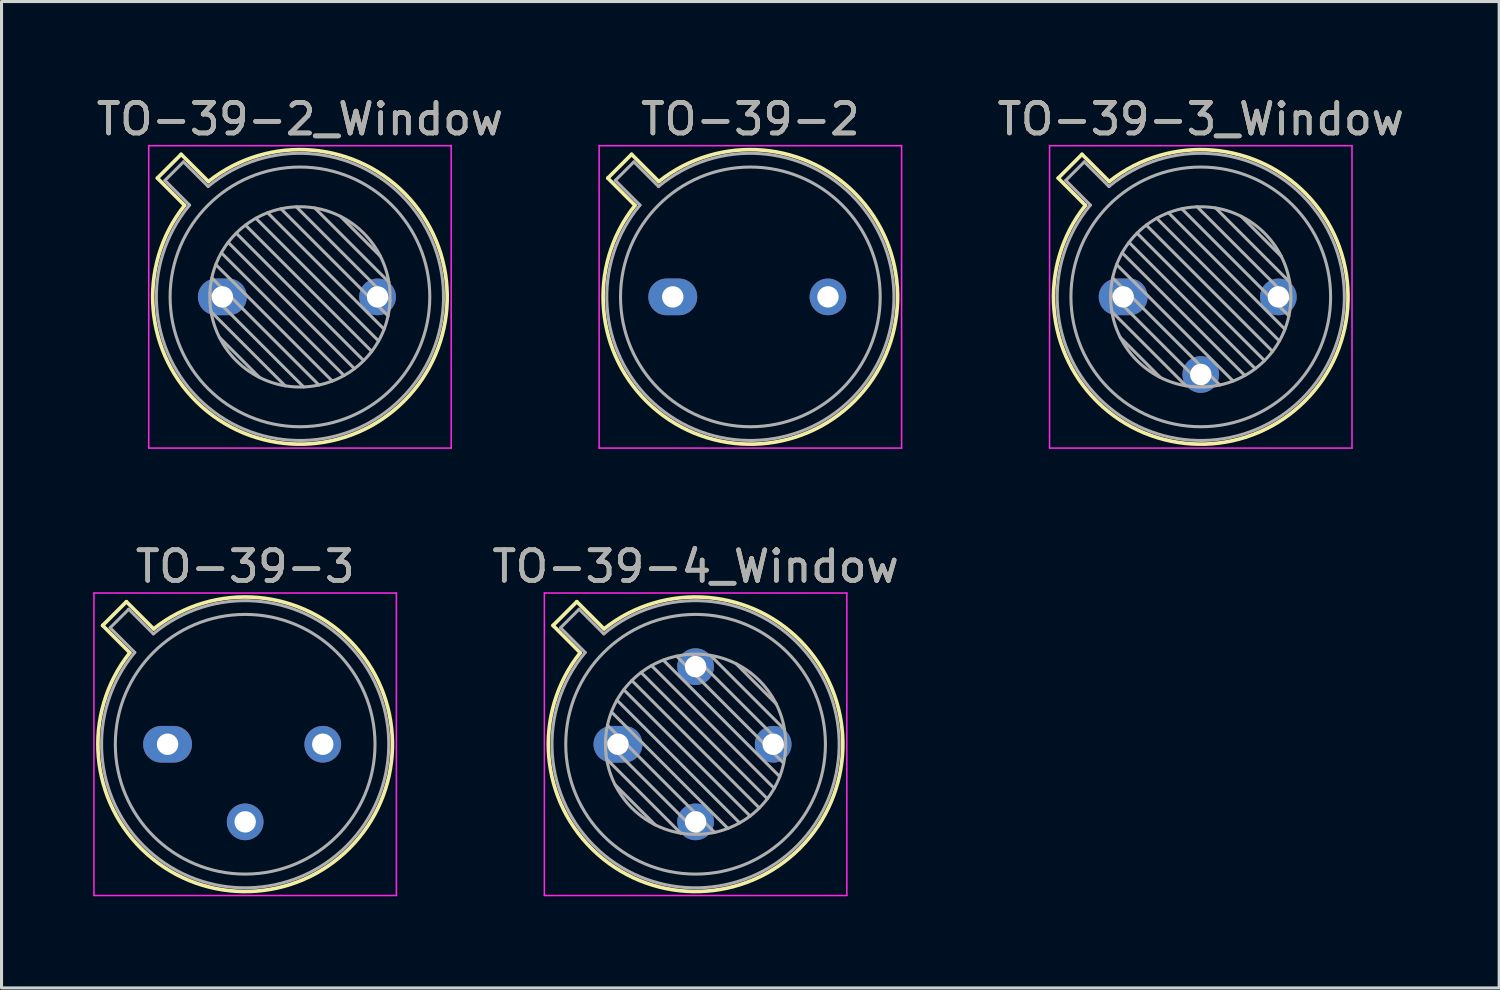
<source format=kicad_pcb>
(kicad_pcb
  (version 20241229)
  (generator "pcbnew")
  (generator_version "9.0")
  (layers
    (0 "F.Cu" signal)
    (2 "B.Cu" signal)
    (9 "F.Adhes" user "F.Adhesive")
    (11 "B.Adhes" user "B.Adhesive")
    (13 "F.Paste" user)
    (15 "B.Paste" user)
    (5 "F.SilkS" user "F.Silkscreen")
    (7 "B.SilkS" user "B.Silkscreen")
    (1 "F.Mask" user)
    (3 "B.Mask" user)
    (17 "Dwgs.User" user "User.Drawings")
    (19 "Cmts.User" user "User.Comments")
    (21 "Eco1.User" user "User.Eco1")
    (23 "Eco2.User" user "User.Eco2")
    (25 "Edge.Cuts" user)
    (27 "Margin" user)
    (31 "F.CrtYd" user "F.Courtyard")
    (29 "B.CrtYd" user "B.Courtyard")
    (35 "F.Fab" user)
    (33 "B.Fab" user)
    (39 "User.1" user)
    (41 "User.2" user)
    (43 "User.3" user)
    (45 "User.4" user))
  (footprint "TO-39-3"
    (layer "F.Cu")
    (at 2.435 21.311)
    (property "Reference" "TO-39-3" (at 2.54 -5.82 0) (layer "F.SilkS") (effects (font (size 1 1) (thickness 0.15))))
    (attr through_hole)
    (fp_line (start -2.126 -3.888) (end -1.235 -2.997) (stroke (width 0.12) (type solid)) (layer "F.SilkS"))
    (fp_line (start -1.348 -4.666) (end -2.126 -3.888) (stroke (width 0.12) (type solid)) (layer "F.SilkS"))
    (fp_line (start -0.457 -3.775) (end -1.348 -4.666) (stroke (width 0.12) (type solid)) (layer "F.SilkS"))
    (fp_arc (start -0.457084 -3.774902) (mid 5.948125 3.408384) (end -1.234674 -2.997371) (stroke (width 0.12) (type solid)) (layer "F.SilkS"))
    (fp_line (start -2.41 -4.95) (end -2.41 4.95) (stroke (width 0.05) (type solid)) (layer "F.CrtYd"))
    (fp_line (start -2.41 4.95) (end 7.49 4.95) (stroke (width 0.05) (type solid)) (layer "F.CrtYd"))
    (fp_line (start 7.49 -4.95) (end -2.41 -4.95) (stroke (width 0.05) (type solid)) (layer "F.CrtYd"))
    (fp_line (start 7.49 4.95) (end 7.49 -4.95) (stroke (width 0.05) (type solid)) (layer "F.CrtYd"))
    (fp_line (start -1.88 -3.812) (end -1.074 -3.005) (stroke (width 0.1) (type solid)) (layer "F.Fab"))
    (fp_line (start -1.272 -4.42) (end -1.88 -3.812) (stroke (width 0.1) (type solid)) (layer "F.Fab"))
    (fp_line (start -0.465 -3.614) (end -1.272 -4.42) (stroke (width 0.1) (type solid)) (layer "F.Fab"))
    (fp_arc (start -0.465408 -3.61352) (mid 5.863443 3.323361) (end -1.073594 -3.005319) (stroke (width 0.1) (type solid)) (layer "F.Fab"))
    (fp_circle (center 2.54 0) (end 6.79 0) (stroke (width 0.1) (type solid)) (fill no) (layer "F.Fab"))
    (fp_text user "${REFERENCE}" (at 2.54 -5.82 0) (layer "F.Fab") (effects (font (size 1 1) (thickness 0.15))))
    (pad "1" thru_hole oval (at 0 0) (size 1.6 1.2) (drill 0.7) (layers "*.Cu" "*.Mask"))
    (pad "2" thru_hole oval (at 2.54 2.54) (size 1.2 1.2) (drill 0.7) (layers "*.Cu" "*.Mask"))
    (pad "3" thru_hole oval (at 5.08 0) (size 1.2 1.2) (drill 0.7) (layers "*.Cu" "*.Mask")))
  (footprint "TO-39-4_Window"
    (layer "F.Cu")
    (at 17.178 21.311)
    (property "Reference" "TO-39-4_Window" (at 2.54 -5.82 0) (layer "F.SilkS") (effects (font (size 1 1) (thickness 0.15))))
    (attr through_hole)
    (fp_line (start -2.126 -3.888) (end -1.235 -2.997) (stroke (width 0.12) (type solid)) (layer "F.SilkS"))
    (fp_line (start -1.348 -4.666) (end -2.126 -3.888) (stroke (width 0.12) (type solid)) (layer "F.SilkS"))
    (fp_line (start -0.457 -3.775) (end -1.348 -4.666) (stroke (width 0.12) (type solid)) (layer "F.SilkS"))
    (fp_arc (start -0.457084 -3.774902) (mid 5.948125 3.408384) (end -1.234674 -2.997371) (stroke (width 0.12) (type solid)) (layer "F.SilkS"))
    (fp_line (start -2.41 -4.95) (end -2.41 4.95) (stroke (width 0.05) (type solid)) (layer "F.CrtYd"))
    (fp_line (start -2.41 4.95) (end 7.49 4.95) (stroke (width 0.05) (type solid)) (layer "F.CrtYd"))
    (fp_line (start 7.49 -4.95) (end -2.41 -4.95) (stroke (width 0.05) (type solid)) (layer "F.CrtYd"))
    (fp_line (start 7.49 4.95) (end 7.49 -4.95) (stroke (width 0.05) (type solid)) (layer "F.CrtYd"))
    (fp_line (start -1.88 -3.812) (end -1.074 -3.005) (stroke (width 0.1) (type solid)) (layer "F.Fab"))
    (fp_line (start -1.272 -4.42) (end -1.88 -3.812) (stroke (width 0.1) (type solid)) (layer "F.Fab"))
    (fp_line (start -0.465 -3.614) (end -1.272 -4.42) (stroke (width 0.1) (type solid)) (layer "F.Fab"))
    (fp_line (start -0.408 -0.12) (end 2.66 2.948) (stroke (width 0.1) (type solid)) (layer "F.Fab"))
    (fp_line (start -0.371 0.485) (end 2.055 2.911) (stroke (width 0.1) (type solid)) (layer "F.Fab"))
    (fp_line (start -0.344 -0.622) (end 3.162 2.884) (stroke (width 0.1) (type solid)) (layer "F.Fab"))
    (fp_line (start -0.215 -1.058) (end 3.598 2.755) (stroke (width 0.1) (type solid)) (layer "F.Fab"))
    (fp_line (start -0.097 1.324) (end 1.216 2.637) (stroke (width 0.1) (type solid)) (layer "F.Fab"))
    (fp_line (start -0.034 -1.443) (end 3.983 2.574) (stroke (width 0.1) (type solid)) (layer "F.Fab"))
    (fp_line (start 0.19 -1.784) (end 4.324 2.35) (stroke (width 0.1) (type solid)) (layer "F.Fab"))
    (fp_line (start 0.454 -2.086) (end 4.626 2.086) (stroke (width 0.1) (type solid)) (layer "F.Fab"))
    (fp_line (start 0.756 -2.35) (end 4.89 1.784) (stroke (width 0.1) (type solid)) (layer "F.Fab"))
    (fp_line (start 1.097 -2.574) (end 5.114 1.443) (stroke (width 0.1) (type solid)) (layer "F.Fab"))
    (fp_line (start 1.482 -2.755) (end 5.295 1.058) (stroke (width 0.1) (type solid)) (layer "F.Fab"))
    (fp_line (start 1.918 -2.884) (end 5.424 0.622) (stroke (width 0.1) (type solid)) (layer "F.Fab"))
    (fp_line (start 2.42 -2.948) (end 5.488 0.12) (stroke (width 0.1) (type solid)) (layer "F.Fab"))
    (fp_line (start 3.025 -2.911) (end 5.451 -0.485) (stroke (width 0.1) (type solid)) (layer "F.Fab"))
    (fp_line (start 3.864 -2.637) (end 5.177 -1.324) (stroke (width 0.1) (type solid)) (layer "F.Fab"))
    (fp_arc (start -0.465408 -3.61352) (mid 5.863443 3.323361) (end -1.073594 -3.005319) (stroke (width 0.1) (type solid)) (layer "F.Fab"))
    (fp_circle (center 2.54 0) (end 5.49 0) (stroke (width 0.1) (type solid)) (fill no) (layer "F.Fab"))
    (fp_circle (center 2.54 0) (end 6.79 0) (stroke (width 0.1) (type solid)) (fill no) (layer "F.Fab"))
    (fp_text user "${REFERENCE}" (at 2.54 -5.82 0) (layer "F.Fab") (effects (font (size 1 1) (thickness 0.15))))
    (pad "1" thru_hole oval (at 0 0) (size 1.6 1.2) (drill 0.7) (layers "*.Cu" "*.Mask"))
    (pad "2" thru_hole oval (at 2.54 2.54) (size 1.2 1.2) (drill 0.7) (layers "*.Cu" "*.Mask"))
    (pad "3" thru_hole oval (at 5.08 0) (size 1.2 1.2) (drill 0.7) (layers "*.Cu" "*.Mask"))
    (pad "4" thru_hole oval (at 2.54 -2.54) (size 1.2 1.2) (drill 0.7) (layers "*.Cu" "*.Mask")))
  (footprint "TO-39-2"
    (layer "F.Cu")
    (at 18.971 6.668)
    (property "Reference" "TO-39-2" (at 2.54 -5.82 0) (layer "F.SilkS") (effects (font (size 1 1) (thickness 0.15))))
    (attr through_hole)
    (fp_line (start -2.126 -3.888) (end -1.235 -2.997) (stroke (width 0.12) (type solid)) (layer "F.SilkS"))
    (fp_line (start -1.348 -4.666) (end -2.126 -3.888) (stroke (width 0.12) (type solid)) (layer "F.SilkS"))
    (fp_line (start -0.457 -3.775) (end -1.348 -4.666) (stroke (width 0.12) (type solid)) (layer "F.SilkS"))
    (fp_arc (start -0.457084 -3.774902) (mid 5.948125 3.408384) (end -1.234674 -2.997371) (stroke (width 0.12) (type solid)) (layer "F.SilkS"))
    (fp_line (start -2.41 -4.95) (end -2.41 4.95) (stroke (width 0.05) (type solid)) (layer "F.CrtYd"))
    (fp_line (start -2.41 4.95) (end 7.49 4.95) (stroke (width 0.05) (type solid)) (layer "F.CrtYd"))
    (fp_line (start 7.49 -4.95) (end -2.41 -4.95) (stroke (width 0.05) (type solid)) (layer "F.CrtYd"))
    (fp_line (start 7.49 4.95) (end 7.49 -4.95) (stroke (width 0.05) (type solid)) (layer "F.CrtYd"))
    (fp_line (start -1.88 -3.812) (end -1.074 -3.005) (stroke (width 0.1) (type solid)) (layer "F.Fab"))
    (fp_line (start -1.272 -4.42) (end -1.88 -3.812) (stroke (width 0.1) (type solid)) (layer "F.Fab"))
    (fp_line (start -0.465 -3.614) (end -1.272 -4.42) (stroke (width 0.1) (type solid)) (layer "F.Fab"))
    (fp_arc (start -0.465408 -3.61352) (mid 5.863443 3.323361) (end -1.073594 -3.005319) (stroke (width 0.1) (type solid)) (layer "F.Fab"))
    (fp_circle (center 2.54 0) (end 6.79 0) (stroke (width 0.1) (type solid)) (fill no) (layer "F.Fab"))
    (fp_text user "${REFERENCE}" (at 2.54 -5.82 0) (layer "F.Fab") (effects (font (size 1 1) (thickness 0.15))))
    (pad "1" thru_hole oval (at 0 0) (size 1.6 1.2) (drill 0.7) (layers "*.Cu" "*.Mask"))
    (pad "2" thru_hole oval (at 5.08 0) (size 1.2 1.2) (drill 0.7) (layers "*.Cu" "*.Mask")))
  (footprint "TO-39-3_Window"
    (layer "F.Cu")
    (at 33.714 6.668)
    (property "Reference" "TO-39-3_Window" (at 2.54 -5.82 0) (layer "F.SilkS") (effects (font (size 1 1) (thickness 0.15))))
    (attr through_hole)
    (fp_line (start -2.126 -3.888) (end -1.235 -2.997) (stroke (width 0.12) (type solid)) (layer "F.SilkS"))
    (fp_line (start -1.348 -4.666) (end -2.126 -3.888) (stroke (width 0.12) (type solid)) (layer "F.SilkS"))
    (fp_line (start -0.457 -3.775) (end -1.348 -4.666) (stroke (width 0.12) (type solid)) (layer "F.SilkS"))
    (fp_arc (start -0.457084 -3.774902) (mid 5.948125 3.408384) (end -1.234674 -2.997371) (stroke (width 0.12) (type solid)) (layer "F.SilkS"))
    (fp_line (start -2.41 -4.95) (end -2.41 4.95) (stroke (width 0.05) (type solid)) (layer "F.CrtYd"))
    (fp_line (start -2.41 4.95) (end 7.49 4.95) (stroke (width 0.05) (type solid)) (layer "F.CrtYd"))
    (fp_line (start 7.49 -4.95) (end -2.41 -4.95) (stroke (width 0.05) (type solid)) (layer "F.CrtYd"))
    (fp_line (start 7.49 4.95) (end 7.49 -4.95) (stroke (width 0.05) (type solid)) (layer "F.CrtYd"))
    (fp_line (start -1.88 -3.812) (end -1.074 -3.005) (stroke (width 0.1) (type solid)) (layer "F.Fab"))
    (fp_line (start -1.272 -4.42) (end -1.88 -3.812) (stroke (width 0.1) (type solid)) (layer "F.Fab"))
    (fp_line (start -0.465 -3.614) (end -1.272 -4.42) (stroke (width 0.1) (type solid)) (layer "F.Fab"))
    (fp_line (start -0.408 -0.12) (end 2.66 2.948) (stroke (width 0.1) (type solid)) (layer "F.Fab"))
    (fp_line (start -0.371 0.485) (end 2.055 2.911) (stroke (width 0.1) (type solid)) (layer "F.Fab"))
    (fp_line (start -0.344 -0.622) (end 3.162 2.884) (stroke (width 0.1) (type solid)) (layer "F.Fab"))
    (fp_line (start -0.215 -1.058) (end 3.598 2.755) (stroke (width 0.1) (type solid)) (layer "F.Fab"))
    (fp_line (start -0.097 1.324) (end 1.216 2.637) (stroke (width 0.1) (type solid)) (layer "F.Fab"))
    (fp_line (start -0.034 -1.443) (end 3.983 2.574) (stroke (width 0.1) (type solid)) (layer "F.Fab"))
    (fp_line (start 0.19 -1.784) (end 4.324 2.35) (stroke (width 0.1) (type solid)) (layer "F.Fab"))
    (fp_line (start 0.454 -2.086) (end 4.626 2.086) (stroke (width 0.1) (type solid)) (layer "F.Fab"))
    (fp_line (start 0.756 -2.35) (end 4.89 1.784) (stroke (width 0.1) (type solid)) (layer "F.Fab"))
    (fp_line (start 1.097 -2.574) (end 5.114 1.443) (stroke (width 0.1) (type solid)) (layer "F.Fab"))
    (fp_line (start 1.482 -2.755) (end 5.295 1.058) (stroke (width 0.1) (type solid)) (layer "F.Fab"))
    (fp_line (start 1.918 -2.884) (end 5.424 0.622) (stroke (width 0.1) (type solid)) (layer "F.Fab"))
    (fp_line (start 2.42 -2.948) (end 5.488 0.12) (stroke (width 0.1) (type solid)) (layer "F.Fab"))
    (fp_line (start 3.025 -2.911) (end 5.451 -0.485) (stroke (width 0.1) (type solid)) (layer "F.Fab"))
    (fp_line (start 3.864 -2.637) (end 5.177 -1.324) (stroke (width 0.1) (type solid)) (layer "F.Fab"))
    (fp_arc (start -0.465408 -3.61352) (mid 5.863443 3.323361) (end -1.073594 -3.005319) (stroke (width 0.1) (type solid)) (layer "F.Fab"))
    (fp_circle (center 2.54 0) (end 5.49 0) (stroke (width 0.1) (type solid)) (fill no) (layer "F.Fab"))
    (fp_circle (center 2.54 0) (end 6.79 0) (stroke (width 0.1) (type solid)) (fill no) (layer "F.Fab"))
    (fp_text user "${REFERENCE}" (at 2.54 -5.82 0) (layer "F.Fab") (effects (font (size 1 1) (thickness 0.15))))
    (pad "1" thru_hole oval (at 0 0) (size 1.6 1.2) (drill 0.7) (layers "*.Cu" "*.Mask"))
    (pad "2" thru_hole oval (at 2.54 2.54) (size 1.2 1.2) (drill 0.7) (layers "*.Cu" "*.Mask"))
    (pad "3" thru_hole oval (at 5.08 0) (size 1.2 1.2) (drill 0.7) (layers "*.Cu" "*.Mask")))
  (footprint "TO-39-2_Window"
    (layer "F.Cu")
    (at 4.228 6.668)
    (property "Reference" "TO-39-2_Window" (at 2.54 -5.82 0) (layer "F.SilkS") (effects (font (size 1 1) (thickness 0.15))))
    (attr through_hole)
    (fp_line (start -2.126 -3.888) (end -1.235 -2.997) (stroke (width 0.12) (type solid)) (layer "F.SilkS"))
    (fp_line (start -1.348 -4.666) (end -2.126 -3.888) (stroke (width 0.12) (type solid)) (layer "F.SilkS"))
    (fp_line (start -0.457 -3.775) (end -1.348 -4.666) (stroke (width 0.12) (type solid)) (layer "F.SilkS"))
    (fp_arc (start -0.457084 -3.774902) (mid 5.948125 3.408384) (end -1.234674 -2.997371) (stroke (width 0.12) (type solid)) (layer "F.SilkS"))
    (fp_line (start -2.41 -4.95) (end -2.41 4.95) (stroke (width 0.05) (type solid)) (layer "F.CrtYd"))
    (fp_line (start -2.41 4.95) (end 7.49 4.95) (stroke (width 0.05) (type solid)) (layer "F.CrtYd"))
    (fp_line (start 7.49 -4.95) (end -2.41 -4.95) (stroke (width 0.05) (type solid)) (layer "F.CrtYd"))
    (fp_line (start 7.49 4.95) (end 7.49 -4.95) (stroke (width 0.05) (type solid)) (layer "F.CrtYd"))
    (fp_line (start -1.88 -3.812) (end -1.074 -3.005) (stroke (width 0.1) (type solid)) (layer "F.Fab"))
    (fp_line (start -1.272 -4.42) (end -1.88 -3.812) (stroke (width 0.1) (type solid)) (layer "F.Fab"))
    (fp_line (start -0.465 -3.614) (end -1.272 -4.42) (stroke (width 0.1) (type solid)) (layer "F.Fab"))
    (fp_line (start -0.408 -0.12) (end 2.66 2.948) (stroke (width 0.1) (type solid)) (layer "F.Fab"))
    (fp_line (start -0.371 0.485) (end 2.055 2.911) (stroke (width 0.1) (type solid)) (layer "F.Fab"))
    (fp_line (start -0.344 -0.622) (end 3.162 2.884) (stroke (width 0.1) (type solid)) (layer "F.Fab"))
    (fp_line (start -0.215 -1.058) (end 3.598 2.755) (stroke (width 0.1) (type solid)) (layer "F.Fab"))
    (fp_line (start -0.097 1.324) (end 1.216 2.637) (stroke (width 0.1) (type solid)) (layer "F.Fab"))
    (fp_line (start -0.034 -1.443) (end 3.983 2.574) (stroke (width 0.1) (type solid)) (layer "F.Fab"))
    (fp_line (start 0.19 -1.784) (end 4.324 2.35) (stroke (width 0.1) (type solid)) (layer "F.Fab"))
    (fp_line (start 0.454 -2.086) (end 4.626 2.086) (stroke (width 0.1) (type solid)) (layer "F.Fab"))
    (fp_line (start 0.756 -2.35) (end 4.89 1.784) (stroke (width 0.1) (type solid)) (layer "F.Fab"))
    (fp_line (start 1.097 -2.574) (end 5.114 1.443) (stroke (width 0.1) (type solid)) (layer "F.Fab"))
    (fp_line (start 1.482 -2.755) (end 5.295 1.058) (stroke (width 0.1) (type solid)) (layer "F.Fab"))
    (fp_line (start 1.918 -2.884) (end 5.424 0.622) (stroke (width 0.1) (type solid)) (layer "F.Fab"))
    (fp_line (start 2.42 -2.948) (end 5.488 0.12) (stroke (width 0.1) (type solid)) (layer "F.Fab"))
    (fp_line (start 3.025 -2.911) (end 5.451 -0.485) (stroke (width 0.1) (type solid)) (layer "F.Fab"))
    (fp_line (start 3.864 -2.637) (end 5.177 -1.324) (stroke (width 0.1) (type solid)) (layer "F.Fab"))
    (fp_arc (start -0.465408 -3.61352) (mid 5.863443 3.323361) (end -1.073594 -3.005319) (stroke (width 0.1) (type solid)) (layer "F.Fab"))
    (fp_circle (center 2.54 0) (end 5.49 0) (stroke (width 0.1) (type solid)) (fill no) (layer "F.Fab"))
    (fp_circle (center 2.54 0) (end 6.79 0) (stroke (width 0.1) (type solid)) (fill no) (layer "F.Fab"))
    (fp_text user "${REFERENCE}" (at 2.54 -5.82 0) (layer "F.Fab") (effects (font (size 1 1) (thickness 0.15))))
    (pad "1" thru_hole oval (at 0 0) (size 1.6 1.2) (drill 0.7) (layers "*.Cu" "*.Mask"))
    (pad "2" thru_hole oval (at 5.08 0) (size 1.2 1.2) (drill 0.7) (layers "*.Cu" "*.Mask")))
  (gr_rect
    (start -3 -3)
    (end 46.021 29.287)
    (stroke (width 0.1) (type default))
    (fill no)
    (layer "Edge.Cuts")))
</source>
